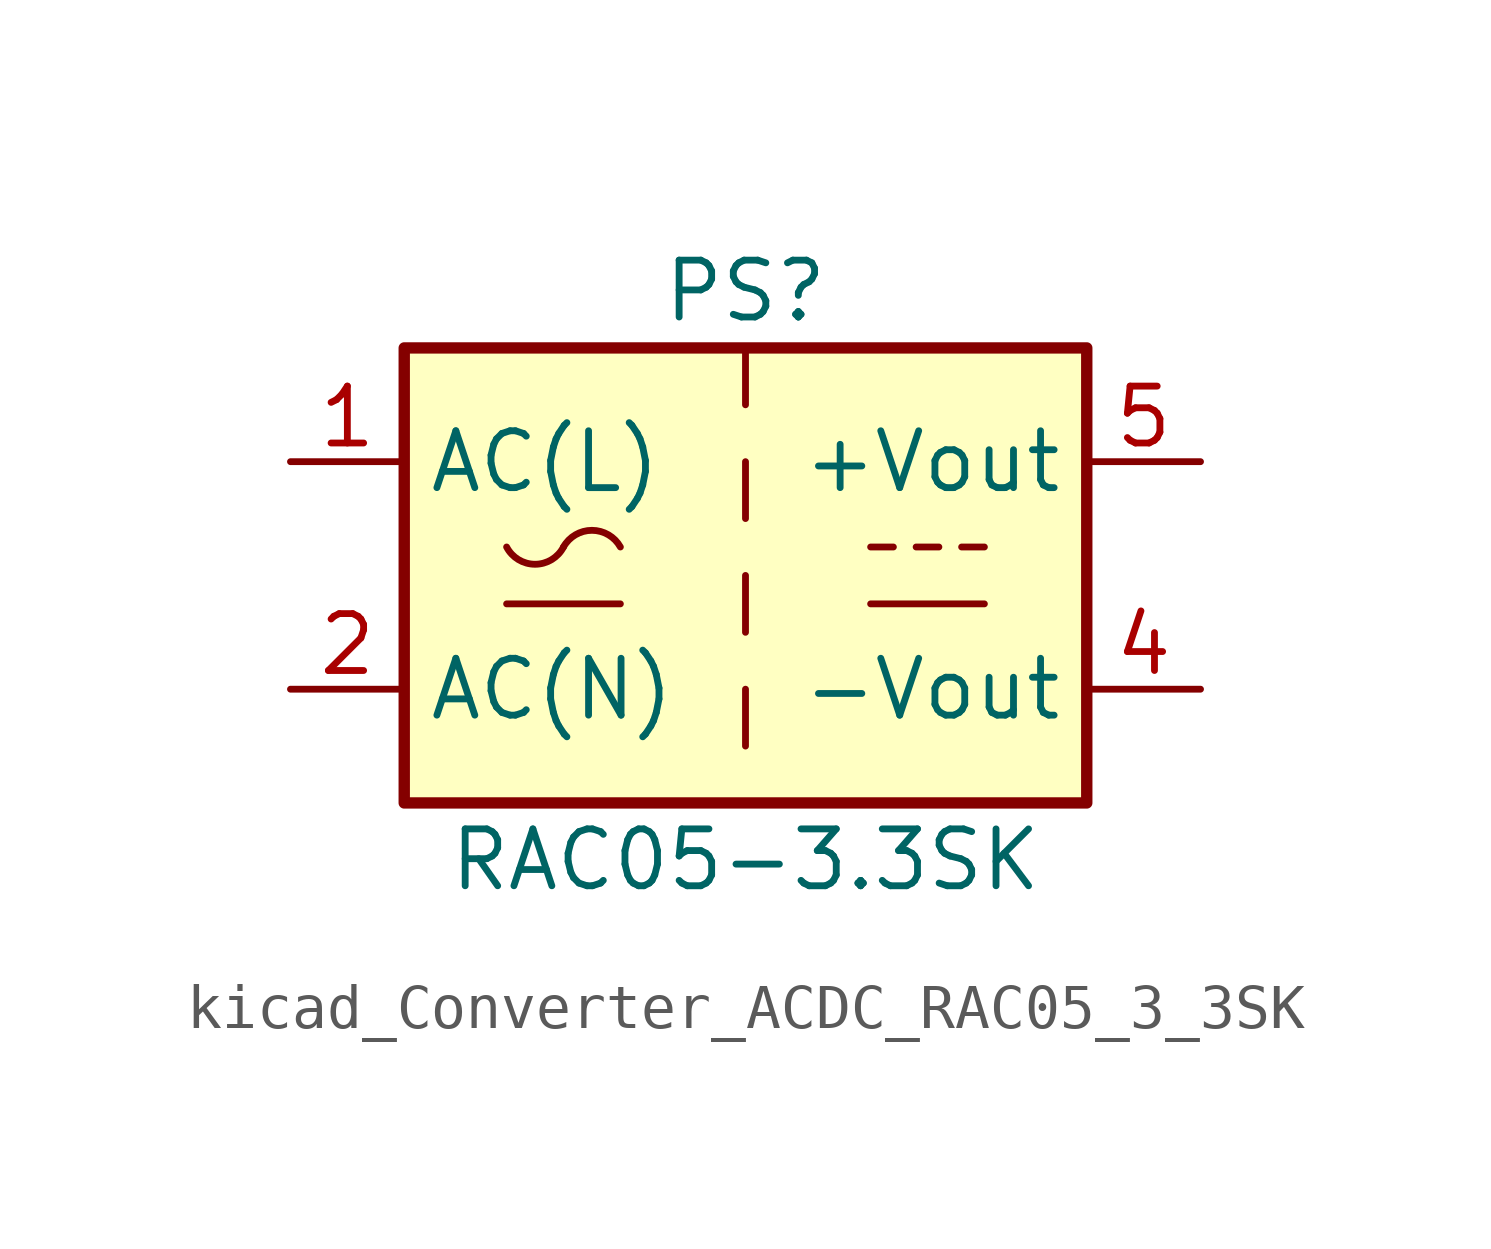
<source format=kicad_sym>
(kicad_symbol_lib
  (version 20220914)
  (generator kicad_symbol_editor)
  (symbol "kicad_Converter_ACDC_RAC05_3_3SK"
    (property "Reference" "PS"
      (at 0 6.35 0)
      (effects (font (size 1.27 1.27))))
    (property "Value" "RAC05-3.3SK"
      (at 0 -6.35 0)
      (effects (font (size 1.27 1.27))))
    (symbol "kicad_Converter_ACDC_RAC05_3_3SK_1_1"
      (rectangle (start -7.62 5.08) (end 7.62 -5.08) (stroke (width 0.254) (type default)) (fill (type background)))
      (arc (start -5.334 0.635) (mid -4.699 0.2495) (end -4.064 0.635) (stroke (width 0) (type default)) (fill (type none)))
      (arc (start -2.794 0.635) (mid -3.429 1.0072) (end -4.064 0.635) (stroke (width 0) (type default)) (fill (type none)))
      (polyline (pts (xy -5.334 -0.635) (xy -2.794 -0.635)) (stroke (width 0) (type default)) (fill (type none)))
      (polyline (pts (xy 0 -2.54) (xy 0 -3.81)) (stroke (width 0) (type default)) (fill (type none)))
      (polyline (pts (xy 0 0) (xy 0 -1.27)) (stroke (width 0) (type default)) (fill (type none)))
      (polyline (pts (xy 0 2.54) (xy 0 1.27)) (stroke (width 0) (type default)) (fill (type none)))
      (polyline (pts (xy 0 5.08) (xy 0 3.81)) (stroke (width 0) (type default)) (fill (type none)))
      (polyline (pts (xy 2.794 -0.635) (xy 5.334 -0.635)) (stroke (width 0) (type default)) (fill (type none)))
      (polyline (pts (xy 2.794 0.635) (xy 3.302 0.635)) (stroke (width 0) (type default)) (fill (type none)))
      (polyline (pts (xy 3.81 0.635) (xy 4.318 0.635)) (stroke (width 0) (type default)) (fill (type none)))
      (polyline (pts (xy 4.826 0.635) (xy 5.334 0.635)) (stroke (width 0) (type default)) (fill (type none)))
      (pin power_in line (at -10.16 2.54 0) (length 2.54) (name "AC(L)" (effects (font (size 1.27 1.27)))) (number "1" (effects (font (size 1.27 1.27)))))
      (pin power_in line (at -10.16 -2.54 0) (length 2.54) (name "AC(N)" (effects (font (size 1.27 1.27)))) (number "2" (effects (font (size 1.27 1.27)))))
      (pin no_connect line (at 7.62 0 180) (length 2.54) hide (name "NC" (effects (font (size 1.27 1.27)))) (number "3" (effects (font (size 1.27 1.27)))))
      (pin power_out line (at 10.16 -2.54 180) (length 2.54) (name "-Vout" (effects (font (size 1.27 1.27)))) (number "4" (effects (font (size 1.27 1.27)))))
      (pin power_out line (at 10.16 2.54 180) (length 2.54) (name "+Vout" (effects (font (size 1.27 1.27)))) (number "5" (effects (font (size 1.27 1.27))))))))
</source>
